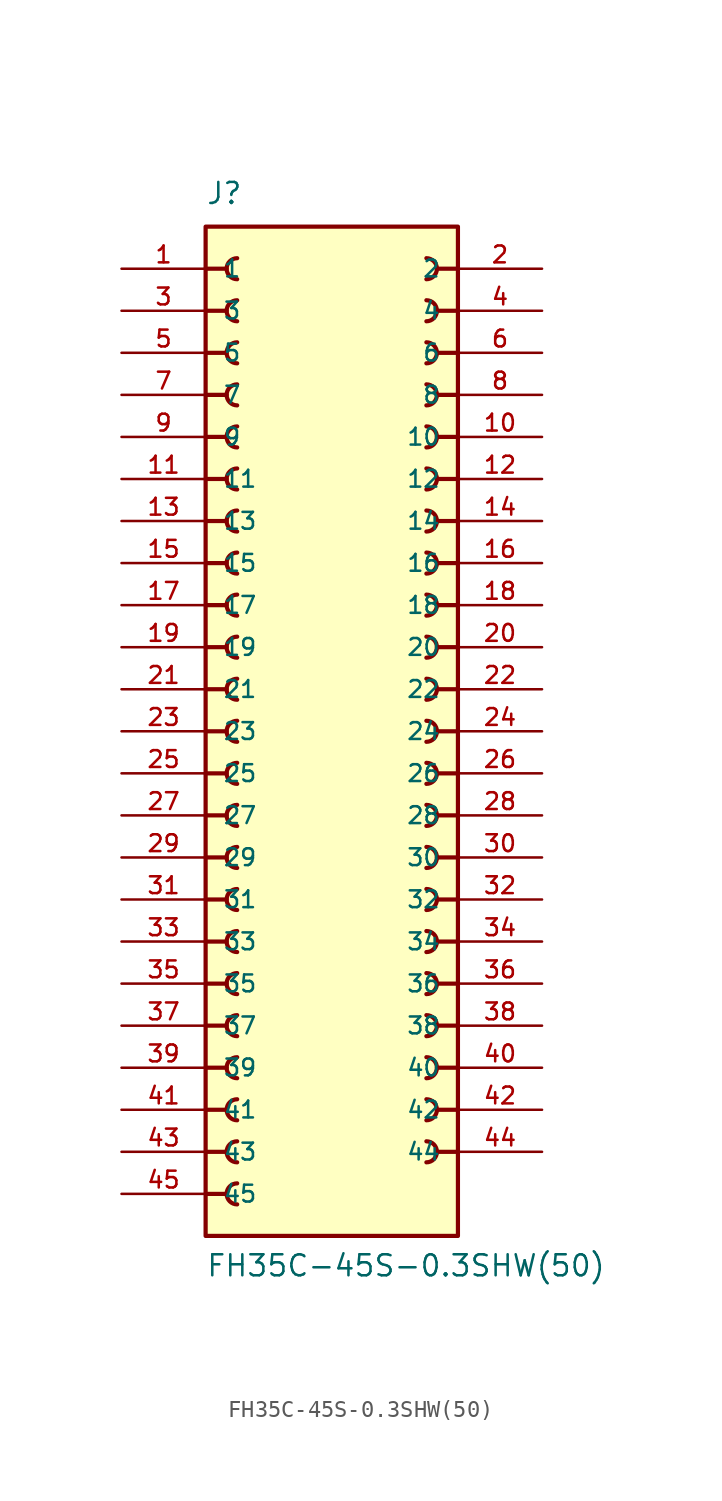
<source format=kicad_sym>
(kicad_symbol_lib
  (version 20211014)
  (generator kicad_symbol_editor)
  (symbol "FH35C-45S-0.3SHW(50)"
    (pin_names
      (offset 1.016))
    (property "Reference" "J"
      (at -7.62 31.75 0)
      (effects (font (size 1.27 1.27)) (justify bottom left)))
    (property "Value" "FH35C-45S-0.3SHW(50)"
      (at -7.62 -33.02 0)
      (effects (font (size 1.27 1.27)) (justify bottom left)))
    (symbol "FH35C-45S-0.3SHW(50)_0_0"
      (polyline (pts (xy 7.62 27.94) (xy 6.35 27.94)) (stroke (width 0.254)))
      (arc (start 5.715 27.305) (mid 6.35 27.94) (end 5.715 28.575) (stroke (width 0.254) (type default) (color 0 0 0 0)) (fill (type none)))
      (polyline (pts (xy 7.62 25.4) (xy 6.35 25.4)) (stroke (width 0.254)))
      (arc (start 5.715 24.765) (mid 6.35 25.4) (end 5.715 26.035) (stroke (width 0.254) (type default) (color 0 0 0 0)) (fill (type none)))
      (polyline (pts (xy 7.62 22.86) (xy 6.35 22.86)) (stroke (width 0.254)))
      (arc (start 5.715 22.225) (mid 6.35 22.86) (end 5.715 23.495) (stroke (width 0.254) (type default) (color 0 0 0 0)) (fill (type none)))
      (polyline (pts (xy 7.62 20.32) (xy 6.35 20.32)) (stroke (width 0.254)))
      (arc (start 5.715 19.685) (mid 6.35 20.32) (end 5.715 20.955) (stroke (width 0.254) (type default) (color 0 0 0 0)) (fill (type none)))
      (polyline (pts (xy 7.62 17.78) (xy 6.35 17.78)) (stroke (width 0.254)))
      (arc (start 5.715 17.145) (mid 6.35 17.78) (end 5.715 18.415) (stroke (width 0.254) (type default) (color 0 0 0 0)) (fill (type none)))
      (polyline (pts (xy -7.62 15.24) (xy -6.35 15.24)) (stroke (width 0.254)))
      (arc (start -5.715 15.875) (mid -6.35 15.24) (end -5.715 14.605) (stroke (width 0.254) (type default) (color 0 0 0 0)) (fill (type none)))
      (polyline (pts (xy -7.62 17.78) (xy -6.35 17.78)) (stroke (width 0.254)))
      (arc (start -5.715 18.415) (mid -6.35 17.78) (end -5.715 17.145) (stroke (width 0.254) (type default) (color 0 0 0 0)) (fill (type none)))
      (polyline (pts (xy -7.62 20.32) (xy -6.35 20.32)) (stroke (width 0.254)))
      (arc (start -5.715 20.955) (mid -6.35 20.32) (end -5.715 19.685) (stroke (width 0.254) (type default) (color 0 0 0 0)) (fill (type none)))
      (polyline (pts (xy -7.62 22.86) (xy -6.35 22.86)) (stroke (width 0.254)))
      (arc (start -5.715 23.495) (mid -6.35 22.86) (end -5.715 22.225) (stroke (width 0.254) (type default) (color 0 0 0 0)) (fill (type none)))
      (polyline (pts (xy -7.62 25.4) (xy -6.35 25.4)) (stroke (width 0.254)))
      (arc (start -5.715 26.035) (mid -6.35 25.4) (end -5.715 24.765) (stroke (width 0.254) (type default) (color 0 0 0 0)) (fill (type none)))
      (polyline (pts (xy -7.62 27.94) (xy -6.35 27.94)) (stroke (width 0.254)))
      (arc (start -5.715 28.575) (mid -6.35 27.94) (end -5.715 27.305) (stroke (width 0.254) (type default) (color 0 0 0 0)) (fill (type none)))
      (polyline (pts (xy -7.62 12.7) (xy -6.35 12.7)) (stroke (width 0.254)))
      (arc (start -5.715 13.335) (mid -6.35 12.7) (end -5.715 12.065) (stroke (width 0.254) (type default) (color 0 0 0 0)) (fill (type none)))
      (polyline (pts (xy 7.62 15.24) (xy 6.35 15.24)) (stroke (width 0.254)))
      (arc (start 5.715 14.605) (mid 6.35 15.24) (end 5.715 15.875) (stroke (width 0.254) (type default) (color 0 0 0 0)) (fill (type none)))
      (polyline (pts (xy -7.62 10.16) (xy -6.35 10.16)) (stroke (width 0.254)))
      (arc (start -5.715 10.795) (mid -6.35 10.16) (end -5.715 9.525) (stroke (width 0.254) (type default) (color 0 0 0 0)) (fill (type none)))
      (polyline (pts (xy 7.62 12.7) (xy 6.35 12.7)) (stroke (width 0.254)))
      (arc (start 5.715 12.065) (mid 6.35 12.7) (end 5.715 13.335) (stroke (width 0.254) (type default) (color 0 0 0 0)) (fill (type none)))
      (polyline (pts (xy -7.62 7.62) (xy -6.35 7.62)) (stroke (width 0.254)))
      (arc (start -5.715 8.255) (mid -6.35 7.62) (end -5.715 6.985) (stroke (width 0.254) (type default) (color 0 0 0 0)) (fill (type none)))
      (polyline (pts (xy 7.62 10.16) (xy 6.35 10.16)) (stroke (width 0.254)))
      (arc (start 5.715 9.525) (mid 6.35 10.16) (end 5.715 10.795) (stroke (width 0.254) (type default) (color 0 0 0 0)) (fill (type none)))
      (polyline (pts (xy -7.62 5.08) (xy -6.35 5.08)) (stroke (width 0.254)))
      (arc (start -5.715 5.715) (mid -6.35 5.08) (end -5.715 4.445) (stroke (width 0.254) (type default) (color 0 0 0 0)) (fill (type none)))
      (polyline (pts (xy 7.62 7.62) (xy 6.35 7.62)) (stroke (width 0.254)))
      (arc (start 5.715 6.985) (mid 6.35 7.62) (end 5.715 8.255) (stroke (width 0.254) (type default) (color 0 0 0 0)) (fill (type none)))
      (polyline (pts (xy -7.62 2.54) (xy -6.35 2.54)) (stroke (width 0.254)))
      (arc (start -5.715 3.175) (mid -6.35 2.54) (end -5.715 1.905) (stroke (width 0.254) (type default) (color 0 0 0 0)) (fill (type none)))
      (polyline (pts (xy 7.62 5.08) (xy 6.35 5.08)) (stroke (width 0.254)))
      (arc (start 5.715 4.445) (mid 6.35 5.08) (end 5.715 5.715) (stroke (width 0.254) (type default) (color 0 0 0 0)) (fill (type none)))
      (polyline (pts (xy -7.62 0.0) (xy -6.35 0.0)) (stroke (width 0.254)))
      (arc (start -5.715 0.635) (mid -6.35 -0.0) (end -5.715 -0.635) (stroke (width 0.254) (type default) (color 0 0 0 0)) (fill (type none)))
      (polyline (pts (xy 7.62 2.54) (xy 6.35 2.54)) (stroke (width 0.254)))
      (arc (start 5.715 1.905) (mid 6.35 2.54) (end 5.715 3.175) (stroke (width 0.254) (type default) (color 0 0 0 0)) (fill (type none)))
      (polyline (pts (xy -7.62 -2.54) (xy -6.35 -2.54)) (stroke (width 0.254)))
      (arc (start -5.715 -1.905) (mid -6.35 -2.54) (end -5.715 -3.175) (stroke (width 0.254) (type default) (color 0 0 0 0)) (fill (type none)))
      (polyline (pts (xy 7.62 0.0) (xy 6.35 0.0)) (stroke (width 0.254)))
      (arc (start 5.715 -0.635) (mid 6.35 0.0) (end 5.715 0.635) (stroke (width 0.254) (type default) (color 0 0 0 0)) (fill (type none)))
      (polyline (pts (xy -7.62 -5.08) (xy -6.35 -5.08)) (stroke (width 0.254)))
      (arc (start -5.715 -4.445) (mid -6.35 -5.08) (end -5.715 -5.715) (stroke (width 0.254) (type default) (color 0 0 0 0)) (fill (type none)))
      (polyline (pts (xy 7.62 -2.54) (xy 6.35 -2.54)) (stroke (width 0.254)))
      (arc (start 5.715 -3.175) (mid 6.35 -2.54) (end 5.715 -1.905) (stroke (width 0.254) (type default) (color 0 0 0 0)) (fill (type none)))
      (polyline (pts (xy -7.62 -7.62) (xy -6.35 -7.62)) (stroke (width 0.254)))
      (arc (start -5.715 -6.985) (mid -6.35 -7.62) (end -5.715 -8.255) (stroke (width 0.254) (type default) (color 0 0 0 0)) (fill (type none)))
      (polyline (pts (xy -7.62 -10.16) (xy -6.35 -10.16)) (stroke (width 0.254)))
      (arc (start -5.715 -9.525) (mid -6.35 -10.16) (end -5.715 -10.795) (stroke (width 0.254) (type default) (color 0 0 0 0)) (fill (type none)))
      (polyline (pts (xy 7.62 -5.08) (xy 6.35 -5.08)) (stroke (width 0.254)))
      (arc (start 5.715 -5.715) (mid 6.35 -5.08) (end 5.715 -4.445) (stroke (width 0.254) (type default) (color 0 0 0 0)) (fill (type none)))
      (polyline (pts (xy 7.62 -7.62) (xy 6.35 -7.62)) (stroke (width 0.254)))
      (arc (start 5.715 -8.255) (mid 6.35 -7.62) (end 5.715 -6.985) (stroke (width 0.254) (type default) (color 0 0 0 0)) (fill (type none)))
      (polyline (pts (xy -7.62 -12.7) (xy -6.35 -12.7)) (stroke (width 0.254)))
      (arc (start -5.715 -12.065) (mid -6.35 -12.7) (end -5.715 -13.335) (stroke (width 0.254) (type default) (color 0 0 0 0)) (fill (type none)))
      (polyline (pts (xy 7.62 -10.16) (xy 6.35 -10.16)) (stroke (width 0.254)))
      (arc (start 5.715 -10.795) (mid 6.35 -10.16) (end 5.715 -9.525) (stroke (width 0.254) (type default) (color 0 0 0 0)) (fill (type none)))
      (polyline (pts (xy -7.62 -15.24) (xy -6.35 -15.24)) (stroke (width 0.254)))
      (arc (start -5.715 -14.605) (mid -6.35 -15.24) (end -5.715 -15.875) (stroke (width 0.254) (type default) (color 0 0 0 0)) (fill (type none)))
      (polyline (pts (xy 7.62 -12.7) (xy 6.35 -12.7)) (stroke (width 0.254)))
      (arc (start 5.715 -13.335) (mid 6.35 -12.7) (end 5.715 -12.065) (stroke (width 0.254) (type default) (color 0 0 0 0)) (fill (type none)))
      (polyline (pts (xy -7.62 -17.78) (xy -6.35 -17.78)) (stroke (width 0.254)))
      (arc (start -5.715 -17.145) (mid -6.35 -17.78) (end -5.715 -18.415) (stroke (width 0.254) (type default) (color 0 0 0 0)) (fill (type none)))
      (polyline (pts (xy 7.62 -15.24) (xy 6.35 -15.24)) (stroke (width 0.254)))
      (arc (start 5.715 -15.875) (mid 6.35 -15.24) (end 5.715 -14.605) (stroke (width 0.254) (type default) (color 0 0 0 0)) (fill (type none)))
      (polyline (pts (xy -7.62 -20.32) (xy -6.35 -20.32)) (stroke (width 0.254)))
      (arc (start -5.715 -19.685) (mid -6.35 -20.32) (end -5.715 -20.955) (stroke (width 0.254) (type default) (color 0 0 0 0)) (fill (type none)))
      (polyline (pts (xy 7.62 -17.78) (xy 6.35 -17.78)) (stroke (width 0.254)))
      (arc (start 5.715 -18.415) (mid 6.35 -17.78) (end 5.715 -17.145) (stroke (width 0.254) (type default) (color 0 0 0 0)) (fill (type none)))
      (polyline (pts (xy -7.62 -22.86) (xy -6.35 -22.86)) (stroke (width 0.254)))
      (arc (start -5.715 -22.225) (mid -6.35 -22.86) (end -5.715 -23.495) (stroke (width 0.254) (type default) (color 0 0 0 0)) (fill (type none)))
      (polyline (pts (xy 7.62 -20.32) (xy 6.35 -20.32)) (stroke (width 0.254)))
      (arc (start 5.715 -20.955) (mid 6.35 -20.32) (end 5.715 -19.685) (stroke (width 0.254) (type default) (color 0 0 0 0)) (fill (type none)))
      (polyline (pts (xy -7.62 -25.4) (xy -6.35 -25.4)) (stroke (width 0.254)))
      (arc (start -5.715 -24.765) (mid -6.35 -25.4) (end -5.715 -26.035) (stroke (width 0.254) (type default) (color 0 0 0 0)) (fill (type none)))
      (polyline (pts (xy -7.62 -27.94) (xy -6.35 -27.94)) (stroke (width 0.254)))
      (arc (start -5.715 -27.305) (mid -6.35 -27.94) (end -5.715 -28.575) (stroke (width 0.254) (type default) (color 0 0 0 0)) (fill (type none)))
      (polyline (pts (xy 7.62 -22.86) (xy 6.35 -22.86)) (stroke (width 0.254)))
      (arc (start 5.715 -23.495) (mid 6.35 -22.86) (end 5.715 -22.225) (stroke (width 0.254) (type default) (color 0 0 0 0)) (fill (type none)))
      (polyline (pts (xy 7.62 -25.4) (xy 6.35 -25.4)) (stroke (width 0.254)))
      (arc (start 5.715 -26.035) (mid 6.35 -25.4) (end 5.715 -24.765) (stroke (width 0.254) (type default) (color 0 0 0 0)) (fill (type none)))
      (rectangle (start -7.62 -30.48) (end 7.62 30.48) (stroke (width 0.254)) (fill (type background)))
      (pin passive line (at -12.7 27.94 0) (length 5.08) (name "1" (effects (font (size 1.016 1.016)))) (number "1" (effects (font (size 1.016 1.016)))))
      (pin passive line (at 12.7 27.94 180.0) (length 5.08) (name "2" (effects (font (size 1.016 1.016)))) (number "2" (effects (font (size 1.016 1.016)))))
      (pin passive line (at -12.7 25.4 0) (length 5.08) (name "3" (effects (font (size 1.016 1.016)))) (number "3" (effects (font (size 1.016 1.016)))))
      (pin passive line (at 12.7 25.4 180.0) (length 5.08) (name "4" (effects (font (size 1.016 1.016)))) (number "4" (effects (font (size 1.016 1.016)))))
      (pin passive line (at -12.7 22.86 0) (length 5.08) (name "5" (effects (font (size 1.016 1.016)))) (number "5" (effects (font (size 1.016 1.016)))))
      (pin passive line (at 12.7 22.86 180.0) (length 5.08) (name "6" (effects (font (size 1.016 1.016)))) (number "6" (effects (font (size 1.016 1.016)))))
      (pin passive line (at -12.7 20.32 0) (length 5.08) (name "7" (effects (font (size 1.016 1.016)))) (number "7" (effects (font (size 1.016 1.016)))))
      (pin passive line (at 12.7 20.32 180.0) (length 5.08) (name "8" (effects (font (size 1.016 1.016)))) (number "8" (effects (font (size 1.016 1.016)))))
      (pin passive line (at -12.7 17.78 0) (length 5.08) (name "9" (effects (font (size 1.016 1.016)))) (number "9" (effects (font (size 1.016 1.016)))))
      (pin passive line (at 12.7 17.78 180.0) (length 5.08) (name "10" (effects (font (size 1.016 1.016)))) (number "10" (effects (font (size 1.016 1.016)))))
      (pin passive line (at -12.7 15.24 0) (length 5.08) (name "11" (effects (font (size 1.016 1.016)))) (number "11" (effects (font (size 1.016 1.016)))))
      (pin passive line (at 12.7 15.24 180.0) (length 5.08) (name "12" (effects (font (size 1.016 1.016)))) (number "12" (effects (font (size 1.016 1.016)))))
      (pin passive line (at -12.7 12.7 0) (length 5.08) (name "13" (effects (font (size 1.016 1.016)))) (number "13" (effects (font (size 1.016 1.016)))))
      (pin passive line (at 12.7 12.7 180.0) (length 5.08) (name "14" (effects (font (size 1.016 1.016)))) (number "14" (effects (font (size 1.016 1.016)))))
      (pin passive line (at -12.7 10.16 0) (length 5.08) (name "15" (effects (font (size 1.016 1.016)))) (number "15" (effects (font (size 1.016 1.016)))))
      (pin passive line (at 12.7 10.16 180.0) (length 5.08) (name "16" (effects (font (size 1.016 1.016)))) (number "16" (effects (font (size 1.016 1.016)))))
      (pin passive line (at -12.7 7.62 0) (length 5.08) (name "17" (effects (font (size 1.016 1.016)))) (number "17" (effects (font (size 1.016 1.016)))))
      (pin passive line (at 12.7 7.62 180.0) (length 5.08) (name "18" (effects (font (size 1.016 1.016)))) (number "18" (effects (font (size 1.016 1.016)))))
      (pin passive line (at -12.7 5.08 0) (length 5.08) (name "19" (effects (font (size 1.016 1.016)))) (number "19" (effects (font (size 1.016 1.016)))))
      (pin passive line (at 12.7 5.08 180.0) (length 5.08) (name "20" (effects (font (size 1.016 1.016)))) (number "20" (effects (font (size 1.016 1.016)))))
      (pin passive line (at -12.7 2.54 0) (length 5.08) (name "21" (effects (font (size 1.016 1.016)))) (number "21" (effects (font (size 1.016 1.016)))))
      (pin passive line (at 12.7 2.54 180.0) (length 5.08) (name "22" (effects (font (size 1.016 1.016)))) (number "22" (effects (font (size 1.016 1.016)))))
      (pin passive line (at -12.7 0.0 0) (length 5.08) (name "23" (effects (font (size 1.016 1.016)))) (number "23" (effects (font (size 1.016 1.016)))))
      (pin passive line (at 12.7 0.0 180.0) (length 5.08) (name "24" (effects (font (size 1.016 1.016)))) (number "24" (effects (font (size 1.016 1.016)))))
      (pin passive line (at -12.7 -2.54 0) (length 5.08) (name "25" (effects (font (size 1.016 1.016)))) (number "25" (effects (font (size 1.016 1.016)))))
      (pin passive line (at 12.7 -2.54 180.0) (length 5.08) (name "26" (effects (font (size 1.016 1.016)))) (number "26" (effects (font (size 1.016 1.016)))))
      (pin passive line (at -12.7 -5.08 0) (length 5.08) (name "27" (effects (font (size 1.016 1.016)))) (number "27" (effects (font (size 1.016 1.016)))))
      (pin passive line (at 12.7 -5.08 180.0) (length 5.08) (name "28" (effects (font (size 1.016 1.016)))) (number "28" (effects (font (size 1.016 1.016)))))
      (pin passive line (at -12.7 -7.62 0) (length 5.08) (name "29" (effects (font (size 1.016 1.016)))) (number "29" (effects (font (size 1.016 1.016)))))
      (pin passive line (at 12.7 -7.62 180.0) (length 5.08) (name "30" (effects (font (size 1.016 1.016)))) (number "30" (effects (font (size 1.016 1.016)))))
      (pin passive line (at -12.7 -10.16 0) (length 5.08) (name "31" (effects (font (size 1.016 1.016)))) (number "31" (effects (font (size 1.016 1.016)))))
      (pin passive line (at 12.7 -10.16 180.0) (length 5.08) (name "32" (effects (font (size 1.016 1.016)))) (number "32" (effects (font (size 1.016 1.016)))))
      (pin passive line (at -12.7 -12.7 0) (length 5.08) (name "33" (effects (font (size 1.016 1.016)))) (number "33" (effects (font (size 1.016 1.016)))))
      (pin passive line (at 12.7 -12.7 180.0) (length 5.08) (name "34" (effects (font (size 1.016 1.016)))) (number "34" (effects (font (size 1.016 1.016)))))
      (pin passive line (at -12.7 -15.24 0) (length 5.08) (name "35" (effects (font (size 1.016 1.016)))) (number "35" (effects (font (size 1.016 1.016)))))
      (pin passive line (at 12.7 -15.24 180.0) (length 5.08) (name "36" (effects (font (size 1.016 1.016)))) (number "36" (effects (font (size 1.016 1.016)))))
      (pin passive line (at -12.7 -17.78 0) (length 5.08) (name "37" (effects (font (size 1.016 1.016)))) (number "37" (effects (font (size 1.016 1.016)))))
      (pin passive line (at 12.7 -17.78 180.0) (length 5.08) (name "38" (effects (font (size 1.016 1.016)))) (number "38" (effects (font (size 1.016 1.016)))))
      (pin passive line (at -12.7 -20.32 0) (length 5.08) (name "39" (effects (font (size 1.016 1.016)))) (number "39" (effects (font (size 1.016 1.016)))))
      (pin passive line (at 12.7 -20.32 180.0) (length 5.08) (name "40" (effects (font (size 1.016 1.016)))) (number "40" (effects (font (size 1.016 1.016)))))
      (pin passive line (at -12.7 -22.86 0) (length 5.08) (name "41" (effects (font (size 1.016 1.016)))) (number "41" (effects (font (size 1.016 1.016)))))
      (pin passive line (at 12.7 -22.86 180.0) (length 5.08) (name "42" (effects (font (size 1.016 1.016)))) (number "42" (effects (font (size 1.016 1.016)))))
      (pin passive line (at -12.7 -25.4 0) (length 5.08) (name "43" (effects (font (size 1.016 1.016)))) (number "43" (effects (font (size 1.016 1.016)))))
      (pin passive line (at 12.7 -25.4 180.0) (length 5.08) (name "44" (effects (font (size 1.016 1.016)))) (number "44" (effects (font (size 1.016 1.016)))))
      (pin passive line (at -12.7 -27.94 0) (length 5.08) (name "45" (effects (font (size 1.016 1.016)))) (number "45" (effects (font (size 1.016 1.016))))))))
</source>
